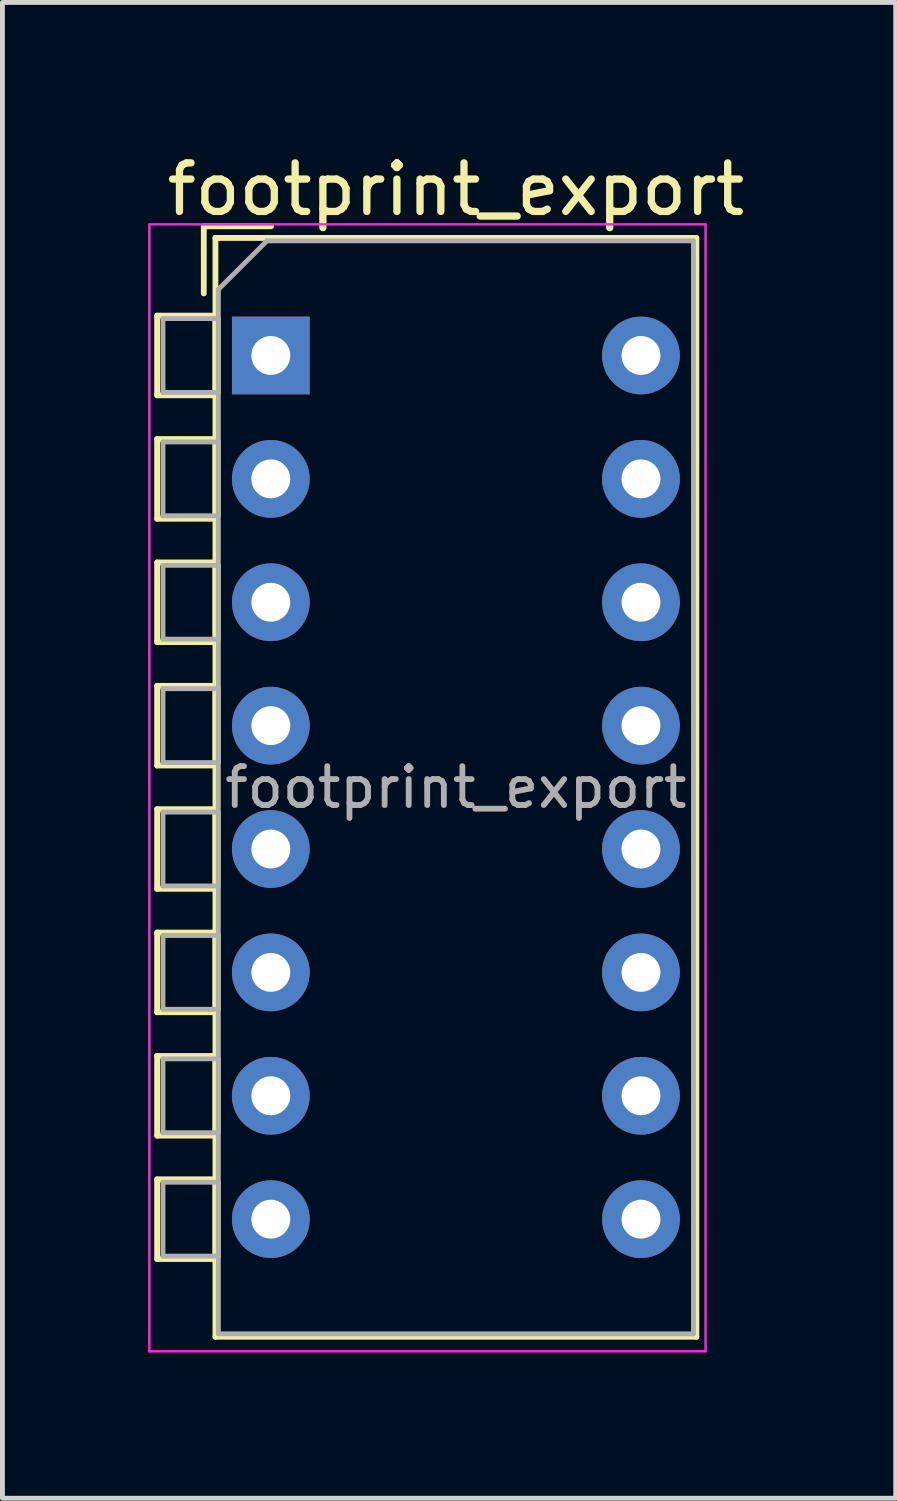
<source format=kicad_pcb>
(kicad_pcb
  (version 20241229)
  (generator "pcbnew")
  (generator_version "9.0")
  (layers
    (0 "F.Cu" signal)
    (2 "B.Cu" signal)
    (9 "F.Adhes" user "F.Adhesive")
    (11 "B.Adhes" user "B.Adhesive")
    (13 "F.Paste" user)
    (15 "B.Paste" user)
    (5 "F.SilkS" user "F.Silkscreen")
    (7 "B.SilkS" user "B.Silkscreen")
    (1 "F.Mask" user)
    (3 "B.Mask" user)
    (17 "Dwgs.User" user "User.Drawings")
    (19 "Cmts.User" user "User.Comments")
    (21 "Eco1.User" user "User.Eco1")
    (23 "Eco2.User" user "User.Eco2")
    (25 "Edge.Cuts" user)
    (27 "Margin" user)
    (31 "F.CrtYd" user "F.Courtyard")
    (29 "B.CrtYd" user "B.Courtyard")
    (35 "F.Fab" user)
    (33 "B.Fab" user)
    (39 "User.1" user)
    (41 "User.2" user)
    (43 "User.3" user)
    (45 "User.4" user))
  (footprint "footprint_export"
    (layer "F.Cu")
    (at 2.525 4.268)
    (property "Reference" "footprint_export" (at 3.81 -3.42 0) (layer "F.SilkS") (effects (font (size 1 1) (thickness 0.15))))
    (attr through_hole)
    (fp_line (start -2.34 -0.82) (end -2.34 0.82) (stroke (width 0.12) (type solid)) (layer "F.SilkS"))
    (fp_line (start -2.34 -0.82) (end -1.14 -0.82) (stroke (width 0.12) (type solid)) (layer "F.SilkS"))
    (fp_line (start -2.34 0.82) (end -1.14 0.82) (stroke (width 0.12) (type solid)) (layer "F.SilkS"))
    (fp_line (start -2.34 1.72) (end -2.34 3.361) (stroke (width 0.12) (type solid)) (layer "F.SilkS"))
    (fp_line (start -2.34 1.72) (end -1.14 1.72) (stroke (width 0.12) (type solid)) (layer "F.SilkS"))
    (fp_line (start -2.34 3.361) (end -1.14 3.361) (stroke (width 0.12) (type solid)) (layer "F.SilkS"))
    (fp_line (start -2.34 4.261) (end -2.34 5.9) (stroke (width 0.12) (type solid)) (layer "F.SilkS"))
    (fp_line (start -2.34 4.261) (end -1.14 4.261) (stroke (width 0.12) (type solid)) (layer "F.SilkS"))
    (fp_line (start -2.34 5.9) (end -1.14 5.9) (stroke (width 0.12) (type solid)) (layer "F.SilkS"))
    (fp_line (start -2.34 6.801) (end -2.34 8.441) (stroke (width 0.12) (type solid)) (layer "F.SilkS"))
    (fp_line (start -2.34 6.801) (end -1.14 6.801) (stroke (width 0.12) (type solid)) (layer "F.SilkS"))
    (fp_line (start -2.34 8.441) (end -1.14 8.441) (stroke (width 0.12) (type solid)) (layer "F.SilkS"))
    (fp_line (start -2.34 9.34) (end -2.34 10.98) (stroke (width 0.12) (type solid)) (layer "F.SilkS"))
    (fp_line (start -2.34 9.34) (end -1.14 9.34) (stroke (width 0.12) (type solid)) (layer "F.SilkS"))
    (fp_line (start -2.34 10.98) (end -1.14 10.98) (stroke (width 0.12) (type solid)) (layer "F.SilkS"))
    (fp_line (start -2.34 11.88) (end -2.34 13.52) (stroke (width 0.12) (type solid)) (layer "F.SilkS"))
    (fp_line (start -2.34 11.88) (end -1.14 11.88) (stroke (width 0.12) (type solid)) (layer "F.SilkS"))
    (fp_line (start -2.34 13.52) (end -1.14 13.52) (stroke (width 0.12) (type solid)) (layer "F.SilkS"))
    (fp_line (start -2.34 14.42) (end -2.34 16.06) (stroke (width 0.12) (type solid)) (layer "F.SilkS"))
    (fp_line (start -2.34 14.42) (end -1.14 14.42) (stroke (width 0.12) (type solid)) (layer "F.SilkS"))
    (fp_line (start -2.34 16.06) (end -1.14 16.06) (stroke (width 0.12) (type solid)) (layer "F.SilkS"))
    (fp_line (start -2.34 16.96) (end -2.34 18.6) (stroke (width 0.12) (type solid)) (layer "F.SilkS"))
    (fp_line (start -2.34 16.96) (end -1.14 16.96) (stroke (width 0.12) (type solid)) (layer "F.SilkS"))
    (fp_line (start -2.34 18.6) (end -1.14 18.6) (stroke (width 0.12) (type solid)) (layer "F.SilkS"))
    (fp_line (start -1.38 -2.66) (end -1.38 -1.277) (stroke (width 0.12) (type solid)) (layer "F.SilkS"))
    (fp_line (start -1.38 -2.66) (end 0.004 -2.66) (stroke (width 0.12) (type solid)) (layer "F.SilkS"))
    (fp_line (start -1.14 -2.42) (end -1.14 20.201) (stroke (width 0.12) (type solid)) (layer "F.SilkS"))
    (fp_line (start -1.14 -2.42) (end 8.76 -2.42) (stroke (width 0.12) (type solid)) (layer "F.SilkS"))
    (fp_line (start -1.14 -0.82) (end -1.14 0.82) (stroke (width 0.12) (type solid)) (layer "F.SilkS"))
    (fp_line (start -1.14 1.72) (end -1.14 3.361) (stroke (width 0.12) (type solid)) (layer "F.SilkS"))
    (fp_line (start -1.14 4.261) (end -1.14 5.9) (stroke (width 0.12) (type solid)) (layer "F.SilkS"))
    (fp_line (start -1.14 6.801) (end -1.14 8.441) (stroke (width 0.12) (type solid)) (layer "F.SilkS"))
    (fp_line (start -1.14 9.34) (end -1.14 10.98) (stroke (width 0.12) (type solid)) (layer "F.SilkS"))
    (fp_line (start -1.14 11.88) (end -1.14 13.52) (stroke (width 0.12) (type solid)) (layer "F.SilkS"))
    (fp_line (start -1.14 14.42) (end -1.14 16.06) (stroke (width 0.12) (type solid)) (layer "F.SilkS"))
    (fp_line (start -1.14 16.96) (end -1.14 18.6) (stroke (width 0.12) (type solid)) (layer "F.SilkS"))
    (fp_line (start -1.14 20.201) (end 8.76 20.201) (stroke (width 0.12) (type solid)) (layer "F.SilkS"))
    (fp_line (start 8.76 -2.42) (end 8.76 20.201) (stroke (width 0.12) (type solid)) (layer "F.SilkS"))
    (fp_line (start -2.5 -2.7) (end -2.5 20.5) (stroke (width 0.05) (type solid)) (layer "F.CrtYd"))
    (fp_line (start -2.5 20.5) (end 8.95 20.5) (stroke (width 0.05) (type solid)) (layer "F.CrtYd"))
    (fp_line (start 8.95 -2.7) (end -2.5 -2.7) (stroke (width 0.05) (type solid)) (layer "F.CrtYd"))
    (fp_line (start 8.95 20.5) (end 8.95 -2.7) (stroke (width 0.05) (type solid)) (layer "F.CrtYd"))
    (fp_line (start -2.22 -0.76) (end -1.08 -0.76) (stroke (width 0.1) (type solid)) (layer "F.Fab"))
    (fp_line (start -2.22 0.76) (end -2.22 -0.76) (stroke (width 0.1) (type solid)) (layer "F.Fab"))
    (fp_line (start -2.22 1.78) (end -1.08 1.78) (stroke (width 0.1) (type solid)) (layer "F.Fab"))
    (fp_line (start -2.22 3.3) (end -2.22 1.78) (stroke (width 0.1) (type solid)) (layer "F.Fab"))
    (fp_line (start -2.22 4.32) (end -1.08 4.32) (stroke (width 0.1) (type solid)) (layer "F.Fab"))
    (fp_line (start -2.22 5.84) (end -2.22 4.32) (stroke (width 0.1) (type solid)) (layer "F.Fab"))
    (fp_line (start -2.22 6.86) (end -1.08 6.86) (stroke (width 0.1) (type solid)) (layer "F.Fab"))
    (fp_line (start -2.22 8.38) (end -2.22 6.86) (stroke (width 0.1) (type solid)) (layer "F.Fab"))
    (fp_line (start -2.22 9.4) (end -1.08 9.4) (stroke (width 0.1) (type solid)) (layer "F.Fab"))
    (fp_line (start -2.22 10.92) (end -2.22 9.4) (stroke (width 0.1) (type solid)) (layer "F.Fab"))
    (fp_line (start -2.22 11.94) (end -1.08 11.94) (stroke (width 0.1) (type solid)) (layer "F.Fab"))
    (fp_line (start -2.22 13.46) (end -2.22 11.94) (stroke (width 0.1) (type solid)) (layer "F.Fab"))
    (fp_line (start -2.22 14.48) (end -1.08 14.48) (stroke (width 0.1) (type solid)) (layer "F.Fab"))
    (fp_line (start -2.22 16) (end -2.22 14.48) (stroke (width 0.1) (type solid)) (layer "F.Fab"))
    (fp_line (start -2.22 17.02) (end -1.08 17.02) (stroke (width 0.1) (type solid)) (layer "F.Fab"))
    (fp_line (start -2.22 18.54) (end -2.22 17.02) (stroke (width 0.1) (type solid)) (layer "F.Fab"))
    (fp_line (start -1.08 -1.36) (end -0.08 -2.36) (stroke (width 0.1) (type solid)) (layer "F.Fab"))
    (fp_line (start -1.08 -0.76) (end -1.08 0.76) (stroke (width 0.1) (type solid)) (layer "F.Fab"))
    (fp_line (start -1.08 0.76) (end -2.22 0.76) (stroke (width 0.1) (type solid)) (layer "F.Fab"))
    (fp_line (start -1.08 1.78) (end -1.08 3.3) (stroke (width 0.1) (type solid)) (layer "F.Fab"))
    (fp_line (start -1.08 3.3) (end -2.22 3.3) (stroke (width 0.1) (type solid)) (layer "F.Fab"))
    (fp_line (start -1.08 4.32) (end -1.08 5.84) (stroke (width 0.1) (type solid)) (layer "F.Fab"))
    (fp_line (start -1.08 5.84) (end -2.22 5.84) (stroke (width 0.1) (type solid)) (layer "F.Fab"))
    (fp_line (start -1.08 6.86) (end -1.08 8.38) (stroke (width 0.1) (type solid)) (layer "F.Fab"))
    (fp_line (start -1.08 8.38) (end -2.22 8.38) (stroke (width 0.1) (type solid)) (layer "F.Fab"))
    (fp_line (start -1.08 9.4) (end -1.08 10.92) (stroke (width 0.1) (type solid)) (layer "F.Fab"))
    (fp_line (start -1.08 10.92) (end -2.22 10.92) (stroke (width 0.1) (type solid)) (layer "F.Fab"))
    (fp_line (start -1.08 11.94) (end -1.08 13.46) (stroke (width 0.1) (type solid)) (layer "F.Fab"))
    (fp_line (start -1.08 13.46) (end -2.22 13.46) (stroke (width 0.1) (type solid)) (layer "F.Fab"))
    (fp_line (start -1.08 14.48) (end -1.08 16) (stroke (width 0.1) (type solid)) (layer "F.Fab"))
    (fp_line (start -1.08 16) (end -2.22 16) (stroke (width 0.1) (type solid)) (layer "F.Fab"))
    (fp_line (start -1.08 17.02) (end -1.08 18.54) (stroke (width 0.1) (type solid)) (layer "F.Fab"))
    (fp_line (start -1.08 18.54) (end -2.22 18.54) (stroke (width 0.1) (type solid)) (layer "F.Fab"))
    (fp_line (start -1.08 20.14) (end -1.08 -1.36) (stroke (width 0.1) (type solid)) (layer "F.Fab"))
    (fp_line (start -0.08 -2.36) (end 8.7 -2.36) (stroke (width 0.1) (type solid)) (layer "F.Fab"))
    (fp_line (start 8.7 -2.36) (end 8.7 20.14) (stroke (width 0.1) (type solid)) (layer "F.Fab"))
    (fp_line (start 8.7 20.14) (end -1.08 20.14) (stroke (width 0.1) (type solid)) (layer "F.Fab"))
    (fp_text user "${REFERENCE}" (at 3.81 8.89 0) (layer "F.Fab") (effects (font (size 0.8 0.8) (thickness 0.12))))
    (pad "1" thru_hole rect (at 0 0) (size 1.6 1.6) (drill 0.8) (layers "*.Cu" "*.Mask"))
    (pad "2" thru_hole oval (at 0 2.54) (size 1.6 1.6) (drill 0.8) (layers "*.Cu" "*.Mask"))
    (pad "3" thru_hole oval (at 0 5.08) (size 1.6 1.6) (drill 0.8) (layers "*.Cu" "*.Mask"))
    (pad "4" thru_hole oval (at 0 7.62) (size 1.6 1.6) (drill 0.8) (layers "*.Cu" "*.Mask"))
    (pad "5" thru_hole oval (at 0 10.16) (size 1.6 1.6) (drill 0.8) (layers "*.Cu" "*.Mask"))
    (pad "6" thru_hole oval (at 0 12.7) (size 1.6 1.6) (drill 0.8) (layers "*.Cu" "*.Mask"))
    (pad "7" thru_hole oval (at 0 15.24) (size 1.6 1.6) (drill 0.8) (layers "*.Cu" "*.Mask"))
    (pad "8" thru_hole oval (at 0 17.78) (size 1.6 1.6) (drill 0.8) (layers "*.Cu" "*.Mask"))
    (pad "9" thru_hole oval (at 7.62 17.78) (size 1.6 1.6) (drill 0.8) (layers "*.Cu" "*.Mask"))
    (pad "10" thru_hole oval (at 7.62 15.24) (size 1.6 1.6) (drill 0.8) (layers "*.Cu" "*.Mask"))
    (pad "11" thru_hole oval (at 7.62 12.7) (size 1.6 1.6) (drill 0.8) (layers "*.Cu" "*.Mask"))
    (pad "12" thru_hole oval (at 7.62 10.16) (size 1.6 1.6) (drill 0.8) (layers "*.Cu" "*.Mask"))
    (pad "13" thru_hole oval (at 7.62 7.62) (size 1.6 1.6) (drill 0.8) (layers "*.Cu" "*.Mask"))
    (pad "14" thru_hole oval (at 7.62 5.08) (size 1.6 1.6) (drill 0.8) (layers "*.Cu" "*.Mask"))
    (pad "15" thru_hole oval (at 7.62 2.54) (size 1.6 1.6) (drill 0.8) (layers "*.Cu" "*.Mask"))
    (pad "16" thru_hole oval (at 7.62 0) (size 1.6 1.6) (drill 0.8) (layers "*.Cu" "*.Mask")))
  (gr_rect
    (start -3 -3)
    (end 15.389 27.793)
    (stroke (width 0.1) (type default))
    (fill no)
    (layer "Edge.Cuts")))
</source>
